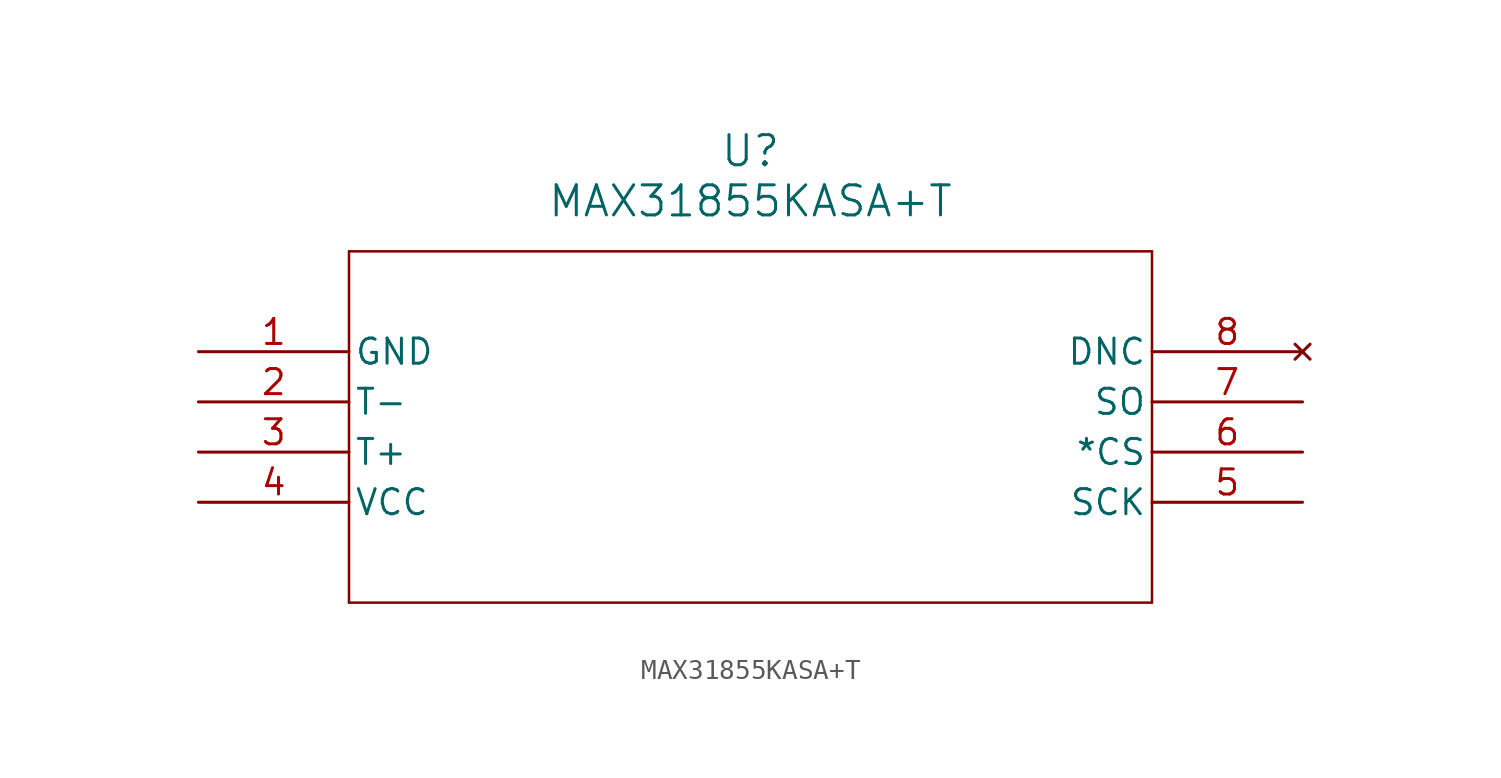
<source format=kicad_sym>
(kicad_symbol_lib
  (version 20211014)
  (generator kicad_symbol_editor)
  (symbol "MAX31855KASA+T"
    (pin_names
      (offset 0.254))
    (property "Reference" "U"
      (at 27.94 10.16 0)
      (effects (font (size 1.524 1.524))))
    (property "Value" "MAX31855KASA+T"
      (at 27.94 7.62 0)
      (effects (font (size 1.524 1.524))))
    (symbol "MAX31855KASA+T_0_1"
      (polyline (pts (xy 7.62 5.08) (xy 7.62 -12.7)) (stroke (width 0.127) (type default) (color 0 0 0 0)) (fill (type none)))
      (polyline (pts (xy 7.62 -12.7) (xy 48.26 -12.7)) (stroke (width 0.127) (type default) (color 0 0 0 0)) (fill (type none)))
      (polyline (pts (xy 48.26 -12.7) (xy 48.26 5.08)) (stroke (width 0.127) (type default) (color 0 0 0 0)) (fill (type none)))
      (polyline (pts (xy 48.26 5.08) (xy 7.62 5.08)) (stroke (width 0.127) (type default) (color 0 0 0 0)) (fill (type none)))
      (pin power_in line (at 0 0 0) (length 7.62) (name "GND" (effects (font (size 1.27 1.27)))) (number "1" (effects (font (size 1.27 1.27)))))
      (pin input line (at 0 -2.54 0) (length 7.62) (name "T-" (effects (font (size 1.27 1.27)))) (number "2" (effects (font (size 1.27 1.27)))))
      (pin input line (at 0 -5.08 0) (length 7.62) (name "T+" (effects (font (size 1.27 1.27)))) (number "3" (effects (font (size 1.27 1.27)))))
      (pin power_in line (at 0 -7.62 0) (length 7.62) (name "VCC" (effects (font (size 1.27 1.27)))) (number "4" (effects (font (size 1.27 1.27)))))
      (pin input line (at 55.88 -7.62 180) (length 7.62) (name "SCK" (effects (font (size 1.27 1.27)))) (number "5" (effects (font (size 1.27 1.27)))))
      (pin unspecified line (at 55.88 -5.08 180) (length 7.62) (name "*CS" (effects (font (size 1.27 1.27)))) (number "6" (effects (font (size 1.27 1.27)))))
      (pin output line (at 55.88 -2.54 180) (length 7.62) (name "SO" (effects (font (size 1.27 1.27)))) (number "7" (effects (font (size 1.27 1.27)))))
      (pin no_connect line (at 55.88 0 180) (length 7.62) (name "DNC" (effects (font (size 1.27 1.27)))) (number "8" (effects (font (size 1.27 1.27))))))))
</source>
